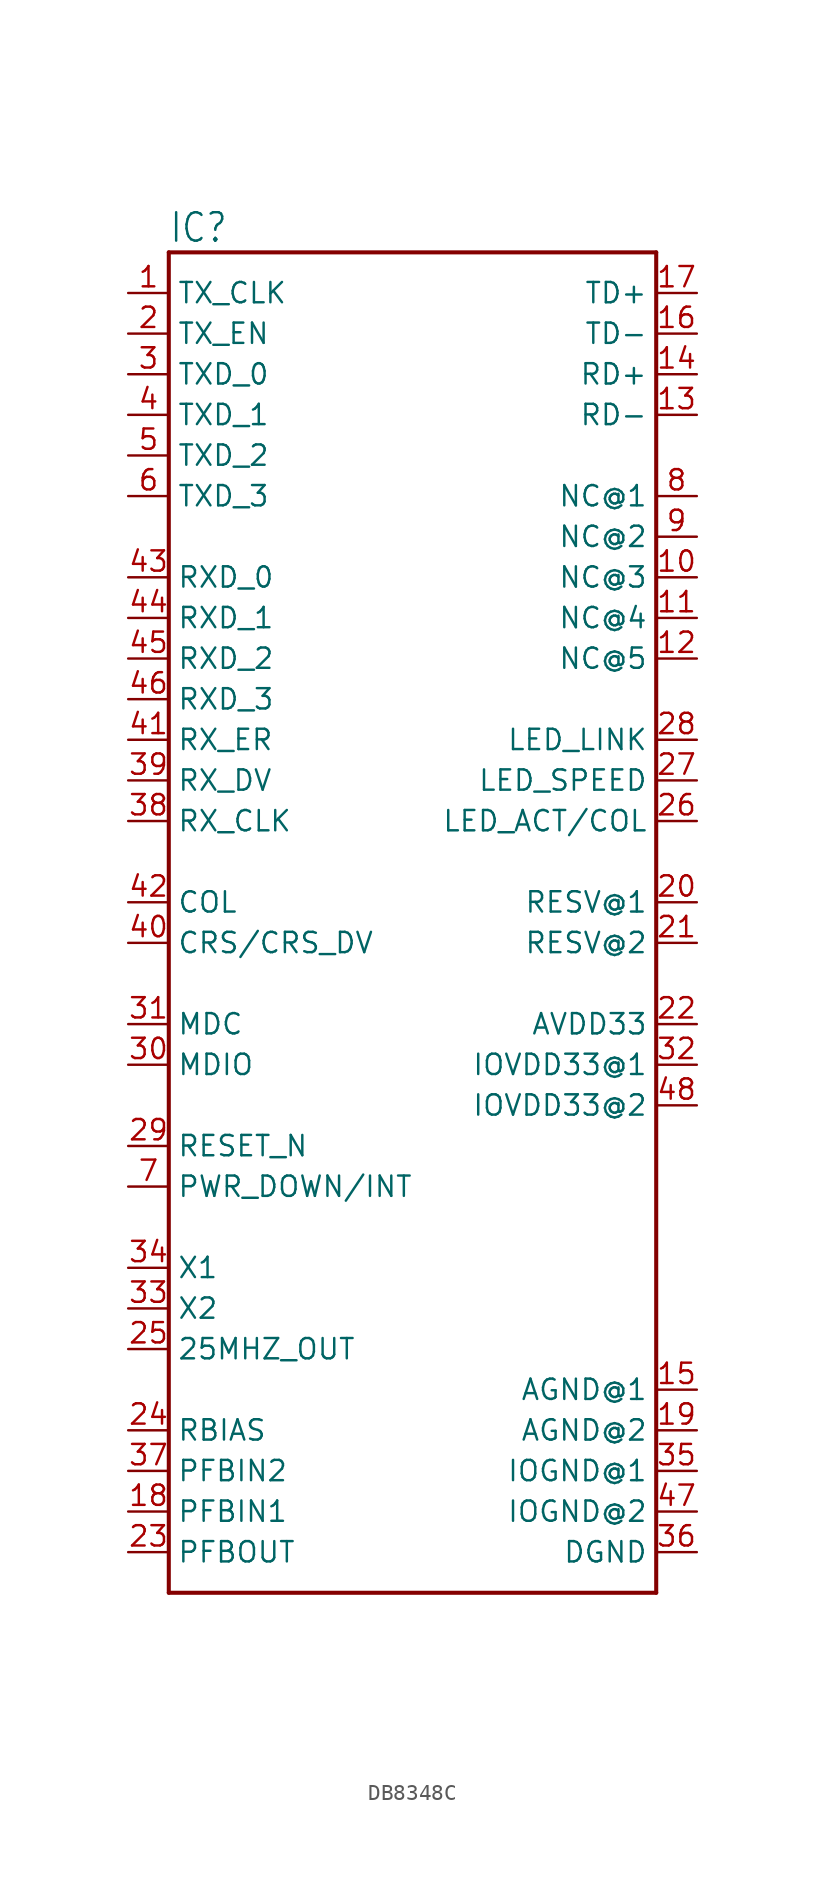
<source format=kicad_sym>
(kicad_symbol_lib
  (version 20231120)
  (generator "kicad_symbol_editor")
  (generator_version "8.0")
  (symbol "DB8348C"
    (property "Reference" "IC"
      (at -15.24 41.148 0)
      (effects (font (size 1.778 1.511)) (justify left bottom)))
    (property "Value" ""
      (at -15.24 -45.72 0)
      (effects (font (size 1.778 1.511)) (justify left bottom)))
    (property "ki_locked" ""
      (at 0 0 0)
      (effects (font (size 1.27 1.27))))
    (symbol "DB8348C_1_0"
      (polyline (pts (xy -15.24 -43.18) (xy -15.24 40.64)) (stroke (width 0.254) (type solid)) (fill (type none)))
      (polyline (pts (xy -15.24 40.64) (xy 15.24 40.64)) (stroke (width 0.254) (type solid)) (fill (type none)))
      (polyline (pts (xy 15.24 -43.18) (xy -15.24 -43.18)) (stroke (width 0.254) (type solid)) (fill (type none)))
      (polyline (pts (xy 15.24 40.64) (xy 15.24 -43.18)) (stroke (width 0.254) (type solid)) (fill (type none)))
      (pin bidirectional line (at -17.78 38.1 0) (length 2.54) (name "TX_CLK" (effects (font (size 1.27 1.27)))) (number "1" (effects (font (size 1.27 1.27)))))
      (pin bidirectional line (at 17.78 20.32 180) (length 2.54) (name "NC@3" (effects (font (size 1.27 1.27)))) (number "10" (effects (font (size 1.27 1.27)))))
      (pin bidirectional line (at 17.78 17.78 180) (length 2.54) (name "NC@4" (effects (font (size 1.27 1.27)))) (number "11" (effects (font (size 1.27 1.27)))))
      (pin bidirectional line (at 17.78 15.24 180) (length 2.54) (name "NC@5" (effects (font (size 1.27 1.27)))) (number "12" (effects (font (size 1.27 1.27)))))
      (pin bidirectional line (at 17.78 30.48 180) (length 2.54) (name "RD-" (effects (font (size 1.27 1.27)))) (number "13" (effects (font (size 1.27 1.27)))))
      (pin bidirectional line (at 17.78 33.02 180) (length 2.54) (name "RD+" (effects (font (size 1.27 1.27)))) (number "14" (effects (font (size 1.27 1.27)))))
      (pin bidirectional line (at 17.78 -30.48 180) (length 2.54) (name "AGND@1" (effects (font (size 1.27 1.27)))) (number "15" (effects (font (size 1.27 1.27)))))
      (pin bidirectional line (at 17.78 35.56 180) (length 2.54) (name "TD-" (effects (font (size 1.27 1.27)))) (number "16" (effects (font (size 1.27 1.27)))))
      (pin bidirectional line (at 17.78 38.1 180) (length 2.54) (name "TD+" (effects (font (size 1.27 1.27)))) (number "17" (effects (font (size 1.27 1.27)))))
      (pin bidirectional line (at -17.78 -38.1 0) (length 2.54) (name "PFBIN1" (effects (font (size 1.27 1.27)))) (number "18" (effects (font (size 1.27 1.27)))))
      (pin bidirectional line (at 17.78 -33.02 180) (length 2.54) (name "AGND@2" (effects (font (size 1.27 1.27)))) (number "19" (effects (font (size 1.27 1.27)))))
      (pin bidirectional line (at -17.78 35.56 0) (length 2.54) (name "TX_EN" (effects (font (size 1.27 1.27)))) (number "2" (effects (font (size 1.27 1.27)))))
      (pin bidirectional line (at 17.78 0 180) (length 2.54) (name "RESV@1" (effects (font (size 1.27 1.27)))) (number "20" (effects (font (size 1.27 1.27)))))
      (pin bidirectional line (at 17.78 -2.54 180) (length 2.54) (name "RESV@2" (effects (font (size 1.27 1.27)))) (number "21" (effects (font (size 1.27 1.27)))))
      (pin bidirectional line (at 17.78 -7.62 180) (length 2.54) (name "AVDD33" (effects (font (size 1.27 1.27)))) (number "22" (effects (font (size 1.27 1.27)))))
      (pin bidirectional line (at -17.78 -40.64 0) (length 2.54) (name "PFBOUT" (effects (font (size 1.27 1.27)))) (number "23" (effects (font (size 1.27 1.27)))))
      (pin bidirectional line (at -17.78 -33.02 0) (length 2.54) (name "RBIAS" (effects (font (size 1.27 1.27)))) (number "24" (effects (font (size 1.27 1.27)))))
      (pin bidirectional line (at -17.78 -27.94 0) (length 2.54) (name "25MHZ_OUT" (effects (font (size 1.27 1.27)))) (number "25" (effects (font (size 1.27 1.27)))))
      (pin bidirectional line (at 17.78 5.08 180) (length 2.54) (name "LED_ACT/COL" (effects (font (size 1.27 1.27)))) (number "26" (effects (font (size 1.27 1.27)))))
      (pin bidirectional line (at 17.78 7.62 180) (length 2.54) (name "LED_SPEED" (effects (font (size 1.27 1.27)))) (number "27" (effects (font (size 1.27 1.27)))))
      (pin bidirectional line (at 17.78 10.16 180) (length 2.54) (name "LED_LINK" (effects (font (size 1.27 1.27)))) (number "28" (effects (font (size 1.27 1.27)))))
      (pin bidirectional line (at -17.78 -15.24 0) (length 2.54) (name "RESET_N" (effects (font (size 1.27 1.27)))) (number "29" (effects (font (size 1.27 1.27)))))
      (pin bidirectional line (at -17.78 33.02 0) (length 2.54) (name "TXD_0" (effects (font (size 1.27 1.27)))) (number "3" (effects (font (size 1.27 1.27)))))
      (pin bidirectional line (at -17.78 -10.16 0) (length 2.54) (name "MDIO" (effects (font (size 1.27 1.27)))) (number "30" (effects (font (size 1.27 1.27)))))
      (pin bidirectional line (at -17.78 -7.62 0) (length 2.54) (name "MDC" (effects (font (size 1.27 1.27)))) (number "31" (effects (font (size 1.27 1.27)))))
      (pin bidirectional line (at 17.78 -10.16 180) (length 2.54) (name "IOVDD33@1" (effects (font (size 1.27 1.27)))) (number "32" (effects (font (size 1.27 1.27)))))
      (pin bidirectional line (at -17.78 -25.4 0) (length 2.54) (name "X2" (effects (font (size 1.27 1.27)))) (number "33" (effects (font (size 1.27 1.27)))))
      (pin bidirectional line (at -17.78 -22.86 0) (length 2.54) (name "X1" (effects (font (size 1.27 1.27)))) (number "34" (effects (font (size 1.27 1.27)))))
      (pin bidirectional line (at 17.78 -35.56 180) (length 2.54) (name "IOGND@1" (effects (font (size 1.27 1.27)))) (number "35" (effects (font (size 1.27 1.27)))))
      (pin bidirectional line (at 17.78 -40.64 180) (length 2.54) (name "DGND" (effects (font (size 1.27 1.27)))) (number "36" (effects (font (size 1.27 1.27)))))
      (pin bidirectional line (at -17.78 -35.56 0) (length 2.54) (name "PFBIN2" (effects (font (size 1.27 1.27)))) (number "37" (effects (font (size 1.27 1.27)))))
      (pin bidirectional line (at -17.78 5.08 0) (length 2.54) (name "RX_CLK" (effects (font (size 1.27 1.27)))) (number "38" (effects (font (size 1.27 1.27)))))
      (pin bidirectional line (at -17.78 7.62 0) (length 2.54) (name "RX_DV" (effects (font (size 1.27 1.27)))) (number "39" (effects (font (size 1.27 1.27)))))
      (pin bidirectional line (at -17.78 30.48 0) (length 2.54) (name "TXD_1" (effects (font (size 1.27 1.27)))) (number "4" (effects (font (size 1.27 1.27)))))
      (pin bidirectional line (at -17.78 -2.54 0) (length 2.54) (name "CRS/CRS_DV" (effects (font (size 1.27 1.27)))) (number "40" (effects (font (size 1.27 1.27)))))
      (pin bidirectional line (at -17.78 10.16 0) (length 2.54) (name "RX_ER" (effects (font (size 1.27 1.27)))) (number "41" (effects (font (size 1.27 1.27)))))
      (pin bidirectional line (at -17.78 0 0) (length 2.54) (name "COL" (effects (font (size 1.27 1.27)))) (number "42" (effects (font (size 1.27 1.27)))))
      (pin bidirectional line (at -17.78 20.32 0) (length 2.54) (name "RXD_0" (effects (font (size 1.27 1.27)))) (number "43" (effects (font (size 1.27 1.27)))))
      (pin bidirectional line (at -17.78 17.78 0) (length 2.54) (name "RXD_1" (effects (font (size 1.27 1.27)))) (number "44" (effects (font (size 1.27 1.27)))))
      (pin bidirectional line (at -17.78 15.24 0) (length 2.54) (name "RXD_2" (effects (font (size 1.27 1.27)))) (number "45" (effects (font (size 1.27 1.27)))))
      (pin bidirectional line (at -17.78 12.7 0) (length 2.54) (name "RXD_3" (effects (font (size 1.27 1.27)))) (number "46" (effects (font (size 1.27 1.27)))))
      (pin bidirectional line (at 17.78 -38.1 180) (length 2.54) (name "IOGND@2" (effects (font (size 1.27 1.27)))) (number "47" (effects (font (size 1.27 1.27)))))
      (pin bidirectional line (at 17.78 -12.7 180) (length 2.54) (name "IOVDD33@2" (effects (font (size 1.27 1.27)))) (number "48" (effects (font (size 1.27 1.27)))))
      (pin bidirectional line (at -17.78 27.94 0) (length 2.54) (name "TXD_2" (effects (font (size 1.27 1.27)))) (number "5" (effects (font (size 1.27 1.27)))))
      (pin bidirectional line (at -17.78 25.4 0) (length 2.54) (name "TXD_3" (effects (font (size 1.27 1.27)))) (number "6" (effects (font (size 1.27 1.27)))))
      (pin bidirectional line (at -17.78 -17.78 0) (length 2.54) (name "PWR_DOWN/INT" (effects (font (size 1.27 1.27)))) (number "7" (effects (font (size 1.27 1.27)))))
      (pin bidirectional line (at 17.78 25.4 180) (length 2.54) (name "NC@1" (effects (font (size 1.27 1.27)))) (number "8" (effects (font (size 1.27 1.27)))))
      (pin bidirectional line (at 17.78 22.86 180) (length 2.54) (name "NC@2" (effects (font (size 1.27 1.27)))) (number "9" (effects (font (size 1.27 1.27))))))))
</source>
